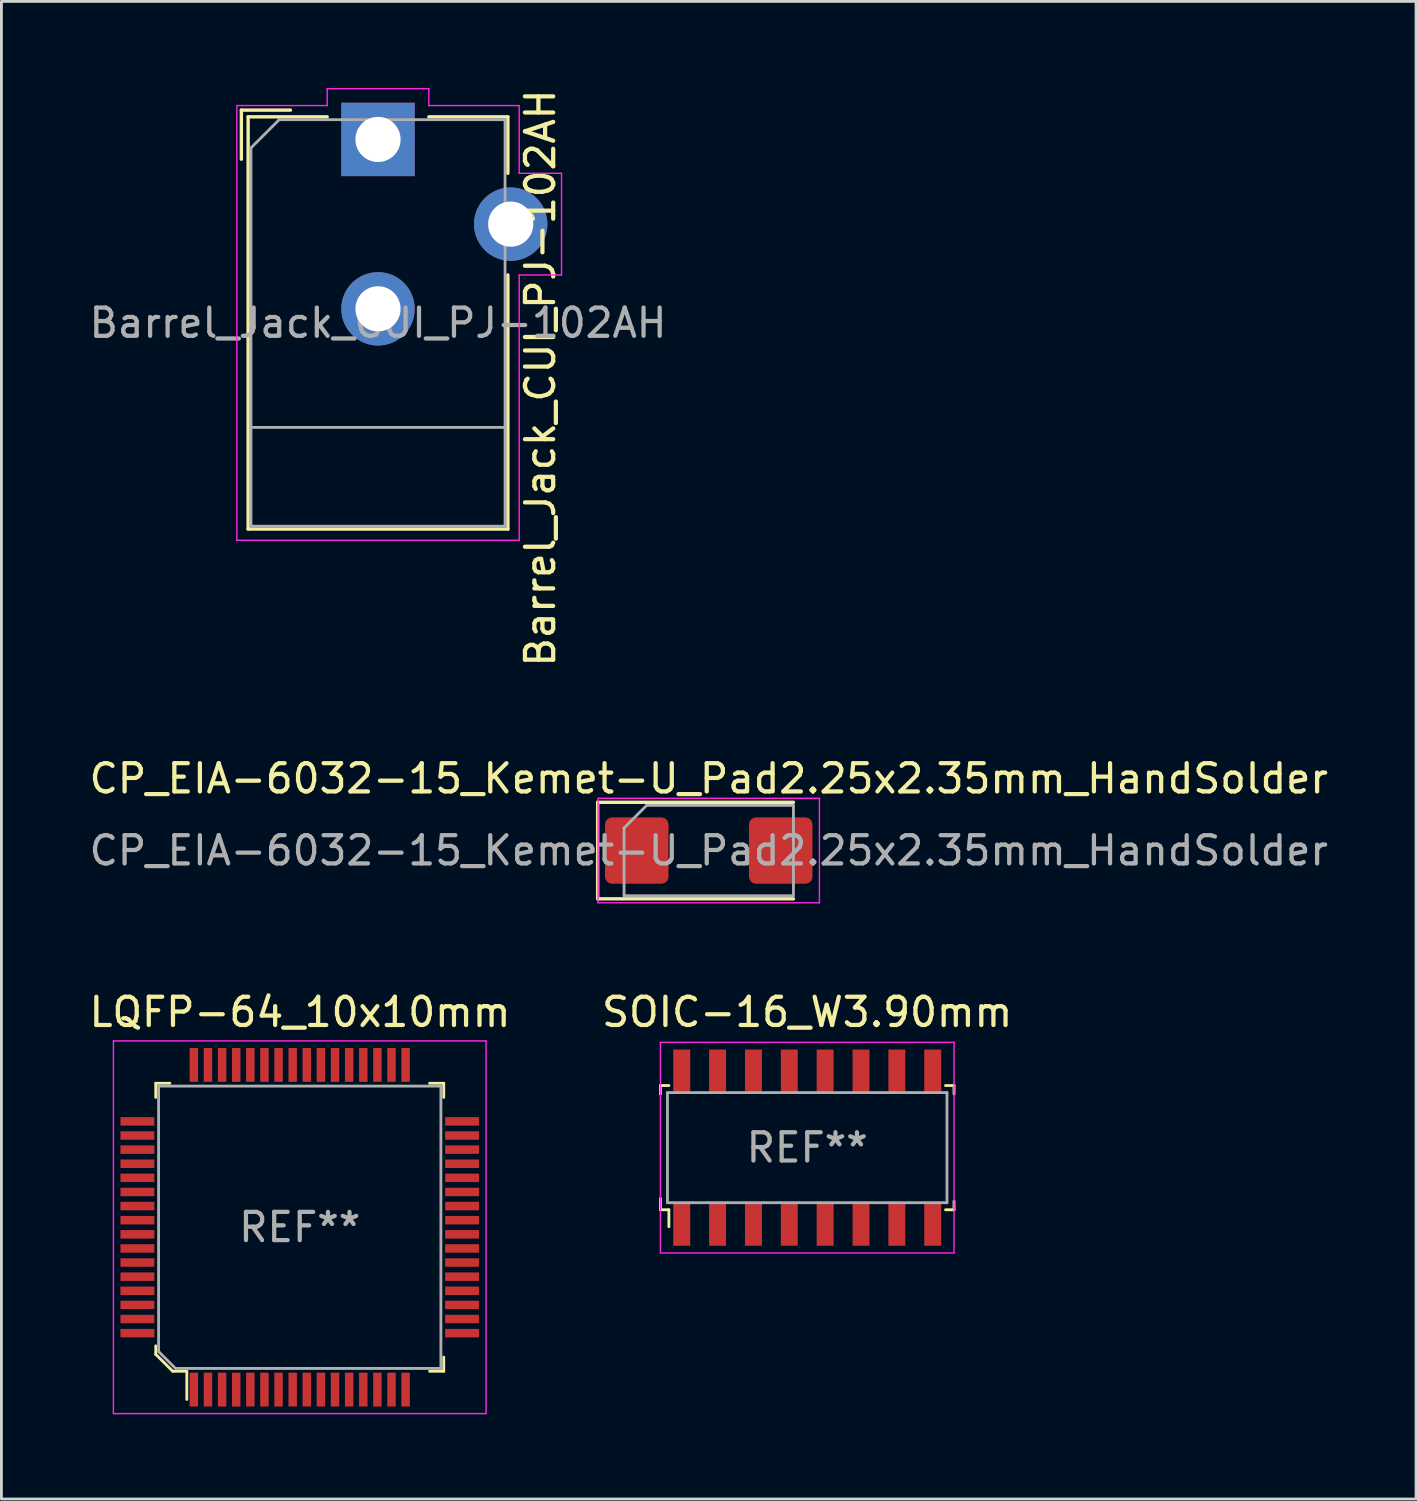
<source format=kicad_pcb>
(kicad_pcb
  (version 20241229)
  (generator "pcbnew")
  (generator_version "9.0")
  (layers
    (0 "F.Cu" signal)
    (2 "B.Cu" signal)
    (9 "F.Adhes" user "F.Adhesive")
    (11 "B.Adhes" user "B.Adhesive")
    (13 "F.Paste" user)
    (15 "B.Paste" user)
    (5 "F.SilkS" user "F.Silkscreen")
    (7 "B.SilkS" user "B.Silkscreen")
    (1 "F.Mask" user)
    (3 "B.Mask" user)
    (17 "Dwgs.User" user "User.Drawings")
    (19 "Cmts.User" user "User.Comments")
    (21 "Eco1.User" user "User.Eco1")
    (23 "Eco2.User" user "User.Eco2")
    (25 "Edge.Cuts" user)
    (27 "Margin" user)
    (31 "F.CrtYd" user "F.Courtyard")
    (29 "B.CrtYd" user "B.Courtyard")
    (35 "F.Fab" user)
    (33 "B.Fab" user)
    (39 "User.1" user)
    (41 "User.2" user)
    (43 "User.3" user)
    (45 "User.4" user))
  (footprint "SOIC-16_W3.90mm"
    (layer "F.Cu")
    (at 25.542 37.6)
    (property "Reference" "SOIC-16_W3.90mm" (at 0 -4.8 0) (layer "F.SilkS") (effects (font (size 1 1) (thickness 0.15))))
    (attr through_hole)
    (fp_line (start -5.2 -2.2) (end -5.2 -1.9) (stroke (width 0.1) (type solid)) (layer "F.SilkS"))
    (fp_line (start -5.2 1.8) (end -5.2 2.2) (stroke (width 0.1) (type solid)) (layer "F.SilkS"))
    (fp_line (start -5.2 2.2) (end -4.9 2.2) (stroke (width 0.1) (type solid)) (layer "F.SilkS"))
    (fp_line (start -4.9 -2.2) (end -5.2 -2.2) (stroke (width 0.1) (type solid)) (layer "F.SilkS"))
    (fp_line (start -4.9 2.2) (end -4.9 2.8) (stroke (width 0.1) (type solid)) (layer "F.SilkS"))
    (fp_line (start 4.9 2.2) (end 5.2 2.2) (stroke (width 0.1) (type solid)) (layer "F.SilkS"))
    (fp_line (start 5.2 -2.2) (end 4.9 -2.2) (stroke (width 0.1) (type solid)) (layer "F.SilkS"))
    (fp_line (start 5.2 -2.2) (end 5.2 -1.9) (stroke (width 0.1) (type solid)) (layer "F.SilkS"))
    (fp_line (start 5.2 2.2) (end 5.2 1.9) (stroke (width 0.1) (type solid)) (layer "F.SilkS"))
    (fp_line (start -5.2 -3.73) (end 5.2 -3.73) (stroke (width 0.05) (type solid)) (layer "F.CrtYd"))
    (fp_line (start -5.2 3.73) (end -5.2 -3.73) (stroke (width 0.05) (type solid)) (layer "F.CrtYd"))
    (fp_line (start -5.2 3.73) (end 5.2 3.73) (stroke (width 0.05) (type solid)) (layer "F.CrtYd"))
    (fp_line (start 5.2 3.73) (end 5.2 -3.73) (stroke (width 0.05) (type solid)) (layer "F.CrtYd"))
    (fp_line (start -4.95 -1.95) (end -4.95 1.95) (stroke (width 0.1) (type solid)) (layer "F.Fab"))
    (fp_line (start -4.95 -1.95) (end 4.95 -1.95) (stroke (width 0.1) (type solid)) (layer "F.Fab"))
    (fp_line (start 4.95 -1.95) (end 4.95 1.95) (stroke (width 0.1) (type solid)) (layer "F.Fab"))
    (fp_line (start 4.95 1.95) (end -4.95 1.95) (stroke (width 0.1) (type solid)) (layer "F.Fab"))
    (fp_text user "REF**" (at 0 0 0) (layer "F.Fab") (effects (font (size 1 1) (thickness 0.15))))
    (pad "1" smd rect (at -4.445 2.7) (size 0.6 1.55) (layers "F.Cu" "F.Mask" "F.Paste"))
    (pad "2" smd rect (at -3.175 2.7) (size 0.6 1.55) (layers "F.Cu" "F.Mask" "F.Paste"))
    (pad "3" smd rect (at -1.905 2.7) (size 0.6 1.55) (layers "F.Cu" "F.Mask" "F.Paste"))
    (pad "4" smd rect (at -0.635 2.7) (size 0.6 1.55) (layers "F.Cu" "F.Mask" "F.Paste"))
    (pad "5" smd rect (at 0.635 2.7) (size 0.6 1.55) (layers "F.Cu" "F.Mask" "F.Paste"))
    (pad "6" smd rect (at 1.905 2.7) (size 0.6 1.55) (layers "F.Cu" "F.Mask" "F.Paste"))
    (pad "7" smd rect (at 3.175 2.7) (size 0.6 1.55) (layers "F.Cu" "F.Mask" "F.Paste"))
    (pad "8" smd rect (at 4.445 2.7) (size 0.6 1.55) (layers "F.Cu" "F.Mask" "F.Paste"))
    (pad "9" smd rect (at 4.445 -2.7) (size 0.6 1.55) (layers "F.Cu" "F.Mask" "F.Paste"))
    (pad "10" smd rect (at 3.175 -2.7) (size 0.6 1.55) (layers "F.Cu" "F.Mask" "F.Paste"))
    (pad "11" smd rect (at 1.905 -2.7) (size 0.6 1.55) (layers "F.Cu" "F.Mask" "F.Paste"))
    (pad "12" smd rect (at 0.635 -2.7) (size 0.6 1.55) (layers "F.Cu" "F.Mask" "F.Paste"))
    (pad "13" smd rect (at -0.635 -2.7) (size 0.6 1.55) (layers "F.Cu" "F.Mask" "F.Paste"))
    (pad "14" smd rect (at -1.905 -2.7) (size 0.6 1.55) (layers "F.Cu" "F.Mask" "F.Paste"))
    (pad "15" smd rect (at -3.175 -2.7) (size 0.6 1.55) (layers "F.Cu" "F.Mask" "F.Paste"))
    (pad "16" smd rect (at -4.445 -2.7) (size 0.6 1.55) (layers "F.Cu" "F.Mask" "F.Paste")))
  (footprint "CP_EIA-6032-15_Kemet-U_Pad2.25x2.35mm_HandSolder"
    (layer "F.Cu")
    (at 22.054 27.077)
    (property "Reference" "CP_EIA-6032-15_Kemet-U_Pad2.25x2.35mm_HandSolder" (at 0 -2.55 0) (layer "F.SilkS") (effects (font (size 1 1) (thickness 0.15))))
    (attr smd)
    (fp_line (start -3.935 -1.71) (end -3.935 1.71) (stroke (width 0.12) (type solid)) (layer "F.SilkS"))
    (fp_line (start -3.935 1.71) (end 3 1.71) (stroke (width 0.12) (type solid)) (layer "F.SilkS"))
    (fp_line (start 3 -1.71) (end -3.935 -1.71) (stroke (width 0.12) (type solid)) (layer "F.SilkS"))
    (fp_line (start -3.92 -1.85) (end 3.92 -1.85) (stroke (width 0.05) (type solid)) (layer "F.CrtYd"))
    (fp_line (start -3.92 1.85) (end -3.92 -1.85) (stroke (width 0.05) (type solid)) (layer "F.CrtYd"))
    (fp_line (start 3.92 -1.85) (end 3.92 1.85) (stroke (width 0.05) (type solid)) (layer "F.CrtYd"))
    (fp_line (start 3.92 1.85) (end -3.92 1.85) (stroke (width 0.05) (type solid)) (layer "F.CrtYd"))
    (fp_line (start -3 -0.8) (end -3 1.6) (stroke (width 0.1) (type solid)) (layer "F.Fab"))
    (fp_line (start -3 1.6) (end 3 1.6) (stroke (width 0.1) (type solid)) (layer "F.Fab"))
    (fp_line (start -2.2 -1.6) (end -3 -0.8) (stroke (width 0.1) (type solid)) (layer "F.Fab"))
    (fp_line (start 3 -1.6) (end -2.2 -1.6) (stroke (width 0.1) (type solid)) (layer "F.Fab"))
    (fp_line (start 3 1.6) (end 3 -1.6) (stroke (width 0.1) (type solid)) (layer "F.Fab"))
    (fp_text user "${REFERENCE}" (at 0 0 0) (layer "F.Fab") (effects (font (size 1 1) (thickness 0.15))))
    (pad "1" smd roundrect (at -2.55 0) (size 2.25 2.35) (layers "F.Cu" "F.Mask" "F.Paste") (roundrect_rratio 0.111))
    (pad "2" smd roundrect (at 2.55 0) (size 2.25 2.35) (layers "F.Cu" "F.Mask" "F.Paste") (roundrect_rratio 0.111)))
  (footprint "LQFP-64_10x10mm"
    (layer "F.Cu")
    (at 7.567 40.42)
    (property "Reference" "LQFP-64_10x10mm" (at 0.01 -7.62 0) (layer "F.SilkS") (effects (font (size 1 1) (thickness 0.15))))
    (attr through_hole)
    (fp_line (start -5.1 -5.1) (end -5.1 -4.6) (stroke (width 0.1) (type solid)) (layer "F.SilkS"))
    (fp_line (start -5.1 -5.1) (end -4.6 -5.1) (stroke (width 0.1) (type solid)) (layer "F.SilkS"))
    (fp_line (start -5.1 4.2) (end -5.1 4.5) (stroke (width 0.1) (type solid)) (layer "F.SilkS"))
    (fp_line (start -5.1 4.5) (end -4.5 5.1) (stroke (width 0.1) (type solid)) (layer "F.SilkS"))
    (fp_line (start -4.5 5.1) (end -4 5.1) (stroke (width 0.1) (type solid)) (layer "F.SilkS"))
    (fp_line (start -4 5.1) (end -4 6.1) (stroke (width 0.1) (type solid)) (layer "F.SilkS"))
    (fp_line (start 5.1 -5.1) (end 4.6 -5.1) (stroke (width 0.1) (type solid)) (layer "F.SilkS"))
    (fp_line (start 5.1 -5.1) (end 5.1 -4.6) (stroke (width 0.1) (type solid)) (layer "F.SilkS"))
    (fp_line (start 5.1 5.1) (end 4.6 5.1) (stroke (width 0.1) (type solid)) (layer "F.SilkS"))
    (fp_line (start 5.1 5.1) (end 5.1 4.6) (stroke (width 0.1) (type solid)) (layer "F.SilkS"))
    (fp_line (start -6.6 -6.6) (end -6.6 6.6) (stroke (width 0.05) (type solid)) (layer "F.CrtYd"))
    (fp_line (start -6.6 -6.6) (end 6.6 -6.6) (stroke (width 0.05) (type solid)) (layer "F.CrtYd"))
    (fp_line (start -6.6 6.6) (end 6.6 6.6) (stroke (width 0.05) (type solid)) (layer "F.CrtYd"))
    (fp_line (start 6.6 6.6) (end 6.6 -6.6) (stroke (width 0.05) (type solid)) (layer "F.CrtYd"))
    (fp_line (start -5 -5) (end 5 -5) (stroke (width 0.1) (type solid)) (layer "F.Fab"))
    (fp_line (start -5 4.4) (end -5 -5) (stroke (width 0.1) (type solid)) (layer "F.Fab"))
    (fp_line (start -5 4.4) (end -4.4 5) (stroke (width 0.1) (type solid)) (layer "F.Fab"))
    (fp_line (start -4.4 5) (end 5 5) (stroke (width 0.1) (type solid)) (layer "F.Fab"))
    (fp_line (start 5 5) (end 5 -5) (stroke (width 0.1) (type solid)) (layer "F.Fab"))
    (fp_text user "REF**" (at 0 0 0) (layer "F.Fab") (effects (font (size 1 1) (thickness 0.15))))
    (pad "1" smd rect (at -3.75 5.75) (size 0.3 1.2) (layers "F.Cu" "F.Mask" "F.Paste"))
    (pad "2" smd rect (at -3.25 5.75) (size 0.3 1.2) (layers "F.Cu" "F.Mask" "F.Paste"))
    (pad "3" smd rect (at -2.75 5.75) (size 0.3 1.2) (layers "F.Cu" "F.Mask" "F.Paste"))
    (pad "4" smd rect (at -2.25 5.75) (size 0.3 1.2) (layers "F.Cu" "F.Mask" "F.Paste"))
    (pad "5" smd rect (at -1.75 5.75) (size 0.3 1.2) (layers "F.Cu" "F.Mask" "F.Paste"))
    (pad "6" smd rect (at -1.25 5.75) (size 0.3 1.2) (layers "F.Cu" "F.Mask" "F.Paste"))
    (pad "7" smd rect (at -0.75 5.75) (size 0.3 1.2) (layers "F.Cu" "F.Mask" "F.Paste"))
    (pad "8" smd rect (at -0.25 5.75) (size 0.3 1.2) (layers "F.Cu" "F.Mask" "F.Paste"))
    (pad "9" smd rect (at 0.25 5.75) (size 0.3 1.2) (layers "F.Cu" "F.Mask" "F.Paste"))
    (pad "10" smd rect (at 0.75 5.75) (size 0.3 1.2) (layers "F.Cu" "F.Mask" "F.Paste"))
    (pad "11" smd rect (at 1.25 5.75) (size 0.3 1.2) (layers "F.Cu" "F.Mask" "F.Paste"))
    (pad "12" smd rect (at 1.75 5.75) (size 0.3 1.2) (layers "F.Cu" "F.Mask" "F.Paste"))
    (pad "13" smd rect (at 2.25 5.75) (size 0.3 1.2) (layers "F.Cu" "F.Mask" "F.Paste"))
    (pad "14" smd rect (at 2.75 5.75) (size 0.3 1.2) (layers "F.Cu" "F.Mask" "F.Paste"))
    (pad "15" smd rect (at 3.25 5.75) (size 0.3 1.2) (layers "F.Cu" "F.Mask" "F.Paste"))
    (pad "16" smd rect (at 3.75 5.75) (size 0.3 1.2) (layers "F.Cu" "F.Mask" "F.Paste"))
    (pad "17" smd rect (at 5.75 3.75) (size 1.2 0.3) (layers "F.Cu" "F.Mask" "F.Paste"))
    (pad "18" smd rect (at 5.75 3.25) (size 1.2 0.3) (layers "F.Cu" "F.Mask" "F.Paste"))
    (pad "19" smd rect (at 5.75 2.75) (size 1.2 0.3) (layers "F.Cu" "F.Mask" "F.Paste"))
    (pad "20" smd rect (at 5.75 2.25) (size 1.2 0.3) (layers "F.Cu" "F.Mask" "F.Paste"))
    (pad "21" smd rect (at 5.75 1.75) (size 1.2 0.3) (layers "F.Cu" "F.Mask" "F.Paste"))
    (pad "22" smd rect (at 5.75 1.25) (size 1.2 0.3) (layers "F.Cu" "F.Mask" "F.Paste"))
    (pad "23" smd rect (at 5.75 0.75) (size 1.2 0.3) (layers "F.Cu" "F.Mask" "F.Paste"))
    (pad "24" smd rect (at 5.75 0.25) (size 1.2 0.3) (layers "F.Cu" "F.Mask" "F.Paste"))
    (pad "25" smd rect (at 5.75 -0.25) (size 1.2 0.3) (layers "F.Cu" "F.Mask" "F.Paste"))
    (pad "26" smd rect (at 5.75 -0.75) (size 1.2 0.3) (layers "F.Cu" "F.Mask" "F.Paste"))
    (pad "27" smd rect (at 5.75 -1.25) (size 1.2 0.3) (layers "F.Cu" "F.Mask" "F.Paste"))
    (pad "28" smd rect (at 5.75 -1.75) (size 1.2 0.3) (layers "F.Cu" "F.Mask" "F.Paste"))
    (pad "29" smd rect (at 5.75 -2.25) (size 1.2 0.3) (layers "F.Cu" "F.Mask" "F.Paste"))
    (pad "30" smd rect (at 5.75 -2.75) (size 1.2 0.3) (layers "F.Cu" "F.Mask" "F.Paste"))
    (pad "31" smd rect (at 5.75 -3.25) (size 1.2 0.3) (layers "F.Cu" "F.Mask" "F.Paste"))
    (pad "32" smd rect (at 5.75 -3.75) (size 1.2 0.3) (layers "F.Cu" "F.Mask" "F.Paste"))
    (pad "33" smd rect (at 3.75 -5.75) (size 0.3 1.2) (layers "F.Cu" "F.Mask" "F.Paste"))
    (pad "34" smd rect (at 3.25 -5.75) (size 0.3 1.2) (layers "F.Cu" "F.Mask" "F.Paste"))
    (pad "35" smd rect (at 2.75 -5.75) (size 0.3 1.2) (layers "F.Cu" "F.Mask" "F.Paste"))
    (pad "36" smd rect (at 2.25 -5.75) (size 0.3 1.2) (layers "F.Cu" "F.Mask" "F.Paste"))
    (pad "37" smd rect (at 1.75 -5.75) (size 0.3 1.2) (layers "F.Cu" "F.Mask" "F.Paste"))
    (pad "38" smd rect (at 1.25 -5.75) (size 0.3 1.2) (layers "F.Cu" "F.Mask" "F.Paste"))
    (pad "39" smd rect (at 0.75 -5.75) (size 0.3 1.2) (layers "F.Cu" "F.Mask" "F.Paste"))
    (pad "40" smd rect (at 0.25 -5.75) (size 0.3 1.2) (layers "F.Cu" "F.Mask" "F.Paste"))
    (pad "41" smd rect (at -0.25 -5.75) (size 0.3 1.2) (layers "F.Cu" "F.Mask" "F.Paste"))
    (pad "42" smd rect (at -0.75 -5.75) (size 0.3 1.2) (layers "F.Cu" "F.Mask" "F.Paste"))
    (pad "43" smd rect (at -1.25 -5.75) (size 0.3 1.2) (layers "F.Cu" "F.Mask" "F.Paste"))
    (pad "44" smd rect (at -1.75 -5.75) (size 0.3 1.2) (layers "F.Cu" "F.Mask" "F.Paste"))
    (pad "45" smd rect (at -2.25 -5.75) (size 0.3 1.2) (layers "F.Cu" "F.Mask" "F.Paste"))
    (pad "46" smd rect (at -2.75 -5.75) (size 0.3 1.2) (layers "F.Cu" "F.Mask" "F.Paste"))
    (pad "47" smd rect (at -3.25 -5.75) (size 0.3 1.2) (layers "F.Cu" "F.Mask" "F.Paste"))
    (pad "48" smd rect (at -3.75 -5.75) (size 0.3 1.2) (layers "F.Cu" "F.Mask" "F.Paste"))
    (pad "49" smd rect (at -5.75 -3.75) (size 1.2 0.3) (layers "F.Cu" "F.Mask" "F.Paste"))
    (pad "50" smd rect (at -5.75 -3.25) (size 1.2 0.3) (layers "F.Cu" "F.Mask" "F.Paste"))
    (pad "51" smd rect (at -5.75 -2.75) (size 1.2 0.3) (layers "F.Cu" "F.Mask" "F.Paste"))
    (pad "52" smd rect (at -5.75 -2.25) (size 1.2 0.3) (layers "F.Cu" "F.Mask" "F.Paste"))
    (pad "53" smd rect (at -5.75 -1.75) (size 1.2 0.3) (layers "F.Cu" "F.Mask" "F.Paste"))
    (pad "54" smd rect (at -5.75 -1.25) (size 1.2 0.3) (layers "F.Cu" "F.Mask" "F.Paste"))
    (pad "55" smd rect (at -5.75 -0.75) (size 1.2 0.3) (layers "F.Cu" "F.Mask" "F.Paste"))
    (pad "56" smd rect (at -5.75 -0.25) (size 1.2 0.3) (layers "F.Cu" "F.Mask" "F.Paste"))
    (pad "57" smd rect (at -5.75 0.25) (size 1.2 0.3) (layers "F.Cu" "F.Mask" "F.Paste"))
    (pad "58" smd rect (at -5.75 0.75) (size 1.2 0.3) (layers "F.Cu" "F.Mask" "F.Paste"))
    (pad "59" smd rect (at -5.75 1.25) (size 1.2 0.3) (layers "F.Cu" "F.Mask" "F.Paste"))
    (pad "60" smd rect (at -5.75 1.75) (size 1.2 0.3) (layers "F.Cu" "F.Mask" "F.Paste"))
    (pad "61" smd rect (at -5.75 2.25) (size 1.2 0.3) (layers "F.Cu" "F.Mask" "F.Paste"))
    (pad "62" smd rect (at -5.75 2.75) (size 1.2 0.3) (layers "F.Cu" "F.Mask" "F.Paste"))
    (pad "63" smd rect (at -5.75 3.25) (size 1.2 0.3) (layers "F.Cu" "F.Mask" "F.Paste"))
    (pad "64" smd rect (at -5.75 3.75) (size 1.2 0.3) (layers "F.Cu" "F.Mask" "F.Paste")))
  (footprint "Barrel_Jack_CUI_PJ-102AH"
    (layer "F.Cu")
    (at 10.339 1.889)
    (property "Reference" "Barrel_Jack_CUI_PJ-102AH" (at 5.75 8.45 90) (layer "F.SilkS") (effects (font (size 1 1) (thickness 0.15))))
    (attr through_hole)
    (fp_line (start -4.84 -1.04) (end -3.1 -1.04) (stroke (width 0.12) (type solid)) (layer "F.SilkS"))
    (fp_line (start -4.84 0.7) (end -4.84 -1.04) (stroke (width 0.12) (type solid)) (layer "F.SilkS"))
    (fp_line (start -4.6 -0.8) (end -1.8 -0.8) (stroke (width 0.12) (type solid)) (layer "F.SilkS"))
    (fp_line (start -4.6 13.8) (end -4.6 -0.8) (stroke (width 0.12) (type solid)) (layer "F.SilkS"))
    (fp_line (start 1.8 -0.8) (end 4.6 -0.8) (stroke (width 0.12) (type solid)) (layer "F.SilkS"))
    (fp_line (start 4.6 -0.8) (end 4.6 1.2) (stroke (width 0.12) (type solid)) (layer "F.SilkS"))
    (fp_line (start 4.6 4.8) (end 4.6 13.8) (stroke (width 0.12) (type solid)) (layer "F.SilkS"))
    (fp_line (start 4.6 13.8) (end -4.6 13.8) (stroke (width 0.12) (type solid)) (layer "F.SilkS"))
    (fp_line (start -5 -1.2) (end -1.8 -1.2) (stroke (width 0.05) (type solid)) (layer "F.CrtYd"))
    (fp_line (start -5 14.2) (end -5 -1.2) (stroke (width 0.05) (type solid)) (layer "F.CrtYd"))
    (fp_line (start -1.8 -1.8) (end 1.8 -1.8) (stroke (width 0.05) (type solid)) (layer "F.CrtYd"))
    (fp_line (start -1.8 -1.2) (end -1.8 -1.8) (stroke (width 0.05) (type solid)) (layer "F.CrtYd"))
    (fp_line (start 1.8 -1.8) (end 1.8 -1.2) (stroke (width 0.05) (type solid)) (layer "F.CrtYd"))
    (fp_line (start 1.8 -1.2) (end 5 -1.2) (stroke (width 0.05) (type solid)) (layer "F.CrtYd"))
    (fp_line (start 5 -1.2) (end 5 1.2) (stroke (width 0.05) (type solid)) (layer "F.CrtYd"))
    (fp_line (start 5 1.2) (end 6.5 1.2) (stroke (width 0.05) (type solid)) (layer "F.CrtYd"))
    (fp_line (start 5 4.8) (end 5 14.2) (stroke (width 0.05) (type solid)) (layer "F.CrtYd"))
    (fp_line (start 5 14.2) (end -5 14.2) (stroke (width 0.05) (type solid)) (layer "F.CrtYd"))
    (fp_line (start 6.5 1.2) (end 6.5 4.8) (stroke (width 0.05) (type solid)) (layer "F.CrtYd"))
    (fp_line (start 6.5 4.8) (end 5 4.8) (stroke (width 0.05) (type solid)) (layer "F.CrtYd"))
    (fp_line (start -4.5 0.3) (end -3.5 -0.7) (stroke (width 0.1) (type solid)) (layer "F.Fab"))
    (fp_line (start -4.5 10.2) (end 4.5 10.2) (stroke (width 0.1) (type solid)) (layer "F.Fab"))
    (fp_line (start -4.5 13.7) (end -4.5 0.3) (stroke (width 0.1) (type solid)) (layer "F.Fab"))
    (fp_line (start -3.5 -0.7) (end 4.5 -0.7) (stroke (width 0.1) (type solid)) (layer "F.Fab"))
    (fp_line (start 4.5 -0.7) (end 4.5 13.7) (stroke (width 0.1) (type solid)) (layer "F.Fab"))
    (fp_line (start 4.5 13.7) (end -4.5 13.7) (stroke (width 0.1) (type solid)) (layer "F.Fab"))
    (fp_text user "${REFERENCE}" (at 0 6.5 0) (layer "F.Fab") (effects (font (size 1 1) (thickness 0.15))))
    (pad "1" thru_hole rect (at 0 0) (size 2.6 2.6) (drill 1.6) (layers "*.Cu" "*.Mask"))
    (pad "2" thru_hole circle (at 0 6) (size 2.6 2.6) (drill 1.6) (layers "*.Cu" "*.Mask"))
    (pad "3" thru_hole circle (at 4.7 3) (size 2.6 2.6) (drill 1.6) (layers "*.Cu" "*.Mask")))
  (gr_rect
    (start -3 -3)
    (end 47.107 50.045)
    (stroke (width 0.1) (type default))
    (fill no)
    (layer "Edge.Cuts")))
</source>
